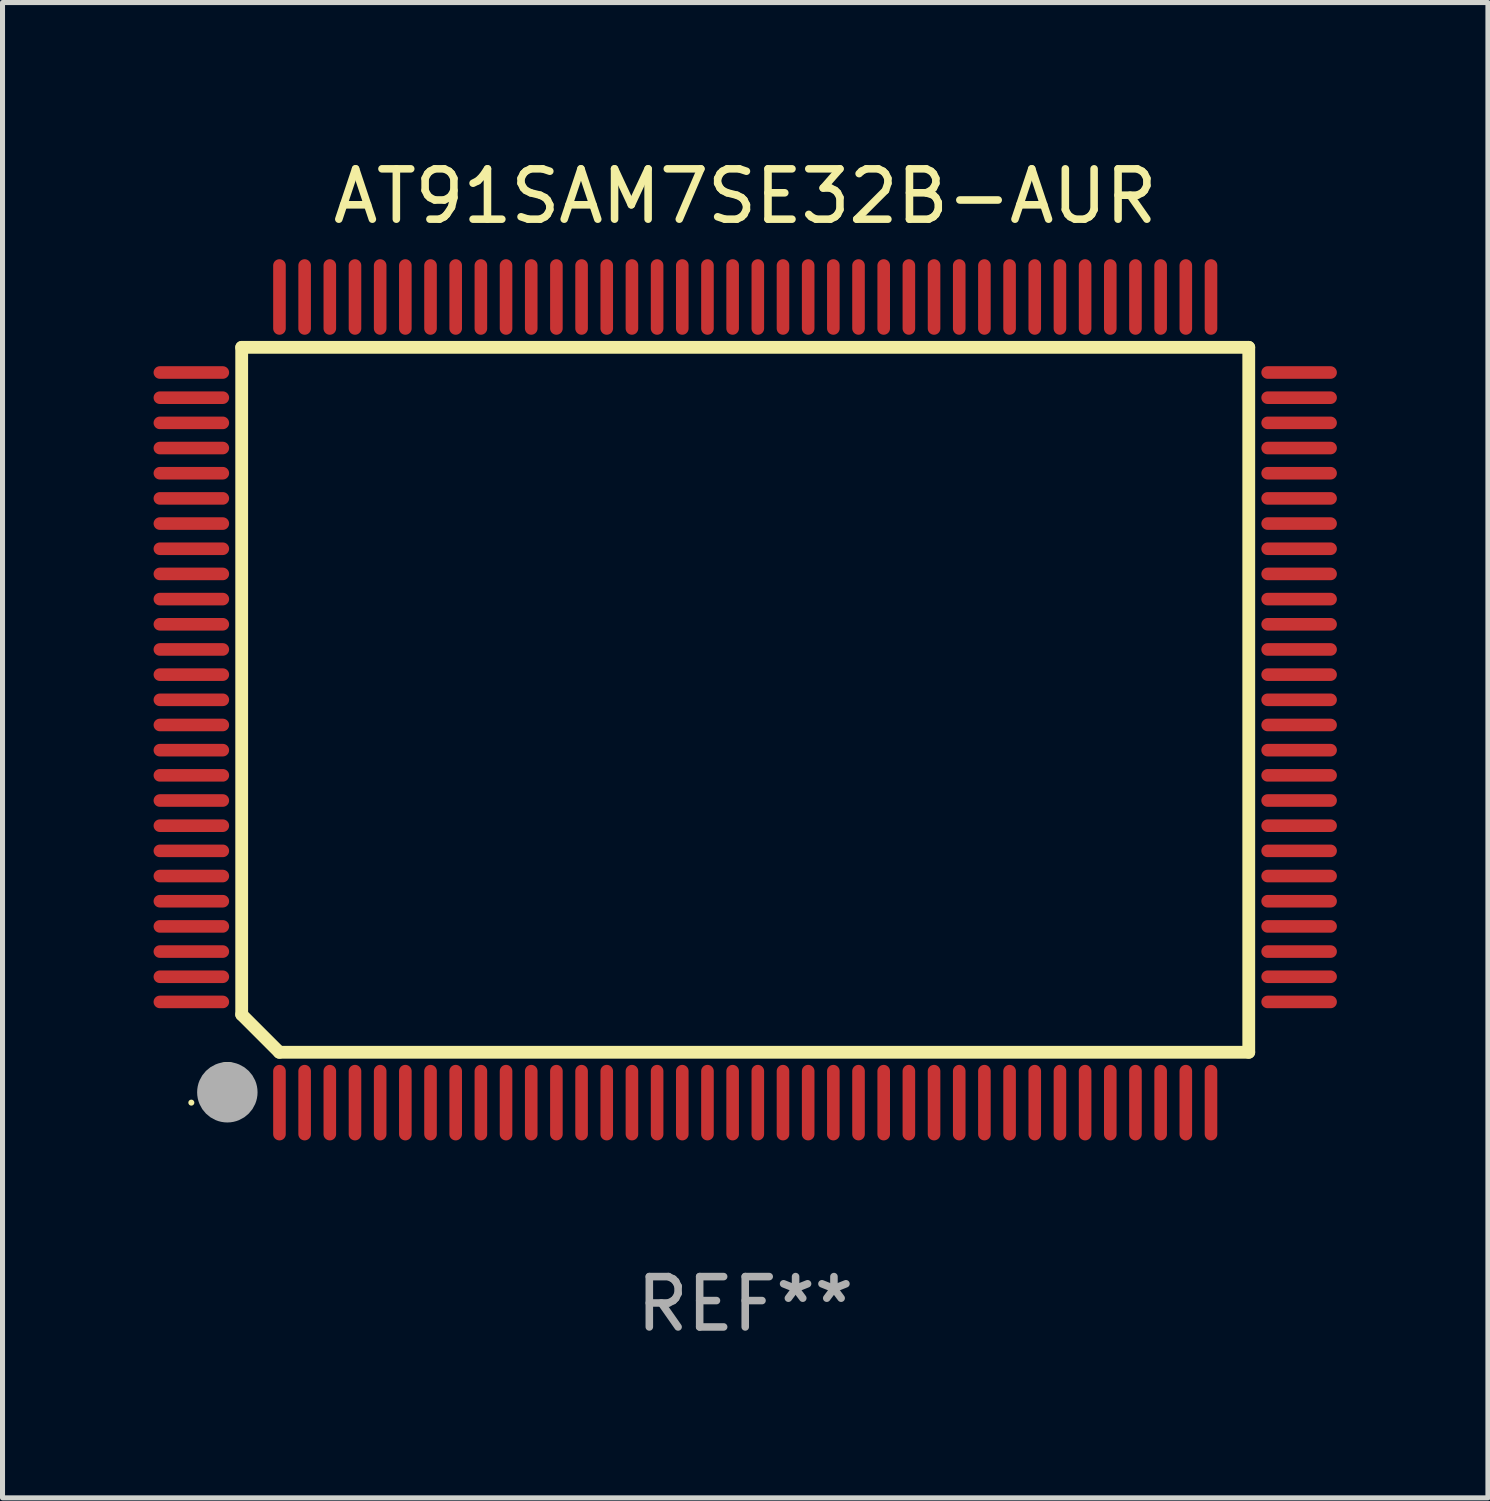
<source format=kicad_pcb>
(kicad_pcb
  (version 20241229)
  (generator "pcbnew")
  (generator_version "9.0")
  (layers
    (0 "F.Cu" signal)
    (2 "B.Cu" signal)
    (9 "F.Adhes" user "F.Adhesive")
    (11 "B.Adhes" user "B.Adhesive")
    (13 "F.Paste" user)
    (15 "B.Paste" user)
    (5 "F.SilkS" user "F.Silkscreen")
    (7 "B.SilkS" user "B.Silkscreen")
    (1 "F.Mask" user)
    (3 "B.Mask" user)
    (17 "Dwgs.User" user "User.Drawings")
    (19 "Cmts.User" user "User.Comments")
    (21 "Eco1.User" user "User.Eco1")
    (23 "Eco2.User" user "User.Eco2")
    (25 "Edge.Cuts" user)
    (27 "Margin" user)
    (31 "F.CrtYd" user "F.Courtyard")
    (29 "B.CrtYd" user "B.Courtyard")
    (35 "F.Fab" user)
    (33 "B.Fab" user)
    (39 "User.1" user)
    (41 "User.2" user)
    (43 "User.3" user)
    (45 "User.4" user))
  (footprint "AT91SAM7SE32B-AUR"
    (layer "F.Cu")
    (at 11.75 10.848)
    (property "Reference" "AT91SAM7SE32B-AUR" (at 0 -10 0) (layer "F.SilkS") (effects (font (size 1 1) (thickness 0.15))))
    (attr through_hole)
    (fp_line (start -10 -7) (end -10 6.25) (stroke (width 0.254) (type solid)) (layer "F.SilkS"))
    (fp_line (start -10 -7) (end 10 -7) (stroke (width 0.254) (type solid)) (layer "F.SilkS"))
    (fp_line (start -9.252 7) (end -10 6.252) (stroke (width 0.254) (type solid)) (layer "F.SilkS"))
    (fp_line (start 10 -7) (end 10 7) (stroke (width 0.254) (type solid)) (layer "F.SilkS"))
    (fp_line (start 10 7) (end -9.252 7) (stroke (width 0.254) (type solid)) (layer "F.SilkS"))
    (fp_arc (start -10.287021 7.493015) (mid -10.284481 7.493004) (end -10.281941 7.493015) (stroke (width 0.6) (type solid)) (layer "F.SilkS"))
    (fp_circle (center -11 8) (end -10.97 8) (stroke (width 0.06) (type solid)) (fill no) (layer "F.SilkS"))
    (fp_circle (center -10.285 7.794) (end -9.985 7.794) (stroke (width 0.6) (type solid)) (fill no) (layer "F.Fab"))
    (fp_text user "REF**" (at 0 12 0) (layer "F.Fab") (effects (font (size 1 1) (thickness 0.15))))
    (pad "1" smd oval (at -9.25 8) (size 0.25 1.5) (layers "F.Cu" "F.Mask" "F.Paste"))
    (pad "2" smd oval (at -8.75 8) (size 0.25 1.5) (layers "F.Cu" "F.Mask" "F.Paste"))
    (pad "3" smd oval (at -8.25 8) (size 0.25 1.5) (layers "F.Cu" "F.Mask" "F.Paste"))
    (pad "4" smd oval (at -7.75 8) (size 0.25 1.5) (layers "F.Cu" "F.Mask" "F.Paste"))
    (pad "5" smd oval (at -7.25 8) (size 0.25 1.5) (layers "F.Cu" "F.Mask" "F.Paste"))
    (pad "6" smd oval (at -6.75 8) (size 0.25 1.5) (layers "F.Cu" "F.Mask" "F.Paste"))
    (pad "7" smd oval (at -6.25 8) (size 0.25 1.5) (layers "F.Cu" "F.Mask" "F.Paste"))
    (pad "8" smd oval (at -5.75 8) (size 0.25 1.5) (layers "F.Cu" "F.Mask" "F.Paste"))
    (pad "9" smd oval (at -5.25 8) (size 0.25 1.5) (layers "F.Cu" "F.Mask" "F.Paste"))
    (pad "10" smd oval (at -4.75 8) (size 0.25 1.5) (layers "F.Cu" "F.Mask" "F.Paste"))
    (pad "11" smd oval (at -4.25 8) (size 0.25 1.5) (layers "F.Cu" "F.Mask" "F.Paste"))
    (pad "12" smd oval (at -3.75 8) (size 0.25 1.5) (layers "F.Cu" "F.Mask" "F.Paste"))
    (pad "13" smd oval (at -3.25 8) (size 0.25 1.5) (layers "F.Cu" "F.Mask" "F.Paste"))
    (pad "14" smd oval (at -2.75 8) (size 0.25 1.5) (layers "F.Cu" "F.Mask" "F.Paste"))
    (pad "15" smd oval (at -2.25 8) (size 0.25 1.5) (layers "F.Cu" "F.Mask" "F.Paste"))
    (pad "16" smd oval (at -1.75 8) (size 0.25 1.5) (layers "F.Cu" "F.Mask" "F.Paste"))
    (pad "17" smd oval (at -1.25 8) (size 0.25 1.5) (layers "F.Cu" "F.Mask" "F.Paste"))
    (pad "18" smd oval (at -0.75 8) (size 0.25 1.5) (layers "F.Cu" "F.Mask" "F.Paste"))
    (pad "19" smd oval (at -0.25 8) (size 0.25 1.5) (layers "F.Cu" "F.Mask" "F.Paste"))
    (pad "20" smd oval (at 0.25 8) (size 0.25 1.5) (layers "F.Cu" "F.Mask" "F.Paste"))
    (pad "21" smd oval (at 0.75 8) (size 0.25 1.5) (layers "F.Cu" "F.Mask" "F.Paste"))
    (pad "22" smd oval (at 1.25 8) (size 0.25 1.5) (layers "F.Cu" "F.Mask" "F.Paste"))
    (pad "23" smd oval (at 1.75 8) (size 0.25 1.5) (layers "F.Cu" "F.Mask" "F.Paste"))
    (pad "24" smd oval (at 2.25 8) (size 0.25 1.5) (layers "F.Cu" "F.Mask" "F.Paste"))
    (pad "25" smd oval (at 2.75 8) (size 0.25 1.5) (layers "F.Cu" "F.Mask" "F.Paste"))
    (pad "26" smd oval (at 3.25 8) (size 0.25 1.5) (layers "F.Cu" "F.Mask" "F.Paste"))
    (pad "27" smd oval (at 3.75 8) (size 0.25 1.5) (layers "F.Cu" "F.Mask" "F.Paste"))
    (pad "28" smd oval (at 4.25 8) (size 0.25 1.5) (layers "F.Cu" "F.Mask" "F.Paste"))
    (pad "29" smd oval (at 4.75 8) (size 0.25 1.5) (layers "F.Cu" "F.Mask" "F.Paste"))
    (pad "30" smd oval (at 5.25 8) (size 0.25 1.5) (layers "F.Cu" "F.Mask" "F.Paste"))
    (pad "31" smd oval (at 5.75 8) (size 0.25 1.5) (layers "F.Cu" "F.Mask" "F.Paste"))
    (pad "32" smd oval (at 6.25 8) (size 0.25 1.5) (layers "F.Cu" "F.Mask" "F.Paste"))
    (pad "33" smd oval (at 6.75 8 180) (size 0.25 1.5) (layers "F.Cu" "F.Mask" "F.Paste"))
    (pad "34" smd oval (at 7.25 8 180) (size 0.25 1.5) (layers "F.Cu" "F.Mask" "F.Paste"))
    (pad "35" smd oval (at 7.75 8 180) (size 0.25 1.5) (layers "F.Cu" "F.Mask" "F.Paste"))
    (pad "36" smd oval (at 8.25 8 180) (size 0.25 1.5) (layers "F.Cu" "F.Mask" "F.Paste"))
    (pad "37" smd oval (at 8.75 8 180) (size 0.25 1.5) (layers "F.Cu" "F.Mask" "F.Paste"))
    (pad "38" smd oval (at 9.25 8 180) (size 0.25 1.5) (layers "F.Cu" "F.Mask" "F.Paste"))
    (pad "39" smd oval (at 11 6 270) (size 0.25 1.5) (layers "F.Cu" "F.Mask" "F.Paste"))
    (pad "40" smd oval (at 11 5.5 270) (size 0.25 1.5) (layers "F.Cu" "F.Mask" "F.Paste"))
    (pad "41" smd oval (at 11 5 270) (size 0.25 1.5) (layers "F.Cu" "F.Mask" "F.Paste"))
    (pad "42" smd oval (at 11 4.5 270) (size 0.25 1.5) (layers "F.Cu" "F.Mask" "F.Paste"))
    (pad "43" smd oval (at 11 4 270) (size 0.25 1.5) (layers "F.Cu" "F.Mask" "F.Paste"))
    (pad "44" smd oval (at 11 3.5 270) (size 0.25 1.5) (layers "F.Cu" "F.Mask" "F.Paste"))
    (pad "45" smd oval (at 11 3 270) (size 0.25 1.5) (layers "F.Cu" "F.Mask" "F.Paste"))
    (pad "46" smd oval (at 11 2.5 270) (size 0.25 1.5) (layers "F.Cu" "F.Mask" "F.Paste"))
    (pad "47" smd oval (at 11 2 270) (size 0.25 1.5) (layers "F.Cu" "F.Mask" "F.Paste"))
    (pad "48" smd oval (at 11 1.5 270) (size 0.25 1.5) (layers "F.Cu" "F.Mask" "F.Paste"))
    (pad "49" smd oval (at 11 1 270) (size 0.25 1.5) (layers "F.Cu" "F.Mask" "F.Paste"))
    (pad "50" smd oval (at 11 0.5 270) (size 0.25 1.5) (layers "F.Cu" "F.Mask" "F.Paste"))
    (pad "51" smd oval (at 11 0 270) (size 0.25 1.5) (layers "F.Cu" "F.Mask" "F.Paste"))
    (pad "52" smd oval (at 11 -0.5 270) (size 0.25 1.5) (layers "F.Cu" "F.Mask" "F.Paste"))
    (pad "53" smd oval (at 11 -1 270) (size 0.25 1.5) (layers "F.Cu" "F.Mask" "F.Paste"))
    (pad "54" smd oval (at 11 -1.5 270) (size 0.25 1.5) (layers "F.Cu" "F.Mask" "F.Paste"))
    (pad "55" smd oval (at 11 -2 270) (size 0.25 1.5) (layers "F.Cu" "F.Mask" "F.Paste"))
    (pad "56" smd oval (at 11 -2.5 270) (size 0.25 1.5) (layers "F.Cu" "F.Mask" "F.Paste"))
    (pad "57" smd oval (at 11 -3 270) (size 0.25 1.5) (layers "F.Cu" "F.Mask" "F.Paste"))
    (pad "58" smd oval (at 11 -3.5 270) (size 0.25 1.5) (layers "F.Cu" "F.Mask" "F.Paste"))
    (pad "59" smd oval (at 11 -4 270) (size 0.25 1.5) (layers "F.Cu" "F.Mask" "F.Paste"))
    (pad "60" smd oval (at 11 -4.5 270) (size 0.25 1.5) (layers "F.Cu" "F.Mask" "F.Paste"))
    (pad "61" smd oval (at 11 -5 270) (size 0.25 1.5) (layers "F.Cu" "F.Mask" "F.Paste"))
    (pad "62" smd oval (at 11 -5.5 270) (size 0.25 1.5) (layers "F.Cu" "F.Mask" "F.Paste"))
    (pad "63" smd oval (at 11 -6 270) (size 0.25 1.5) (layers "F.Cu" "F.Mask" "F.Paste"))
    (pad "64" smd oval (at 11 -6.5 270) (size 0.25 1.5) (layers "F.Cu" "F.Mask" "F.Paste"))
    (pad "65" smd oval (at 9.25 -8 180) (size 0.25 1.5) (layers "F.Cu" "F.Mask" "F.Paste"))
    (pad "66" smd oval (at 8.75 -8 180) (size 0.25 1.5) (layers "F.Cu" "F.Mask" "F.Paste"))
    (pad "67" smd oval (at 8.25 -8 180) (size 0.25 1.5) (layers "F.Cu" "F.Mask" "F.Paste"))
    (pad "68" smd oval (at 7.75 -8 180) (size 0.25 1.5) (layers "F.Cu" "F.Mask" "F.Paste"))
    (pad "69" smd oval (at 7.25 -8 180) (size 0.25 1.5) (layers "F.Cu" "F.Mask" "F.Paste"))
    (pad "70" smd oval (at 6.75 -8 180) (size 0.25 1.5) (layers "F.Cu" "F.Mask" "F.Paste"))
    (pad "71" smd oval (at 6.25 -8 180) (size 0.25 1.5) (layers "F.Cu" "F.Mask" "F.Paste"))
    (pad "72" smd oval (at 5.75 -8 180) (size 0.25 1.5) (layers "F.Cu" "F.Mask" "F.Paste"))
    (pad "73" smd oval (at 5.25 -8 180) (size 0.25 1.5) (layers "F.Cu" "F.Mask" "F.Paste"))
    (pad "74" smd oval (at 4.75 -8 180) (size 0.25 1.5) (layers "F.Cu" "F.Mask" "F.Paste"))
    (pad "75" smd oval (at 4.25 -8 180) (size 0.25 1.5) (layers "F.Cu" "F.Mask" "F.Paste"))
    (pad "76" smd oval (at 3.75 -8 180) (size 0.25 1.5) (layers "F.Cu" "F.Mask" "F.Paste"))
    (pad "77" smd oval (at 3.25 -8 180) (size 0.25 1.5) (layers "F.Cu" "F.Mask" "F.Paste"))
    (pad "78" smd oval (at 2.75 -8 180) (size 0.25 1.5) (layers "F.Cu" "F.Mask" "F.Paste"))
    (pad "79" smd oval (at 2.25 -8 180) (size 0.25 1.5) (layers "F.Cu" "F.Mask" "F.Paste"))
    (pad "80" smd oval (at 1.75 -8 180) (size 0.25 1.5) (layers "F.Cu" "F.Mask" "F.Paste"))
    (pad "81" smd oval (at 1.25 -8 180) (size 0.25 1.5) (layers "F.Cu" "F.Mask" "F.Paste"))
    (pad "82" smd oval (at 0.75 -8 180) (size 0.25 1.5) (layers "F.Cu" "F.Mask" "F.Paste"))
    (pad "83" smd oval (at 0.25 -8 180) (size 0.25 1.5) (layers "F.Cu" "F.Mask" "F.Paste"))
    (pad "84" smd oval (at -0.25 -8 180) (size 0.25 1.5) (layers "F.Cu" "F.Mask" "F.Paste"))
    (pad "85" smd oval (at -0.75 -8 180) (size 0.25 1.5) (layers "F.Cu" "F.Mask" "F.Paste"))
    (pad "86" smd oval (at -1.25 -8 180) (size 0.25 1.5) (layers "F.Cu" "F.Mask" "F.Paste"))
    (pad "87" smd oval (at -1.75 -8 180) (size 0.25 1.5) (layers "F.Cu" "F.Mask" "F.Paste"))
    (pad "88" smd oval (at -2.25 -8 180) (size 0.25 1.5) (layers "F.Cu" "F.Mask" "F.Paste"))
    (pad "89" smd oval (at -2.75 -8 180) (size 0.25 1.5) (layers "F.Cu" "F.Mask" "F.Paste"))
    (pad "90" smd oval (at -3.25 -8 180) (size 0.25 1.5) (layers "F.Cu" "F.Mask" "F.Paste"))
    (pad "91" smd oval (at -3.75 -8 180) (size 0.25 1.5) (layers "F.Cu" "F.Mask" "F.Paste"))
    (pad "92" smd oval (at -4.25 -8 180) (size 0.25 1.5) (layers "F.Cu" "F.Mask" "F.Paste"))
    (pad "93" smd oval (at -4.75 -8 180) (size 0.25 1.5) (layers "F.Cu" "F.Mask" "F.Paste"))
    (pad "94" smd oval (at -5.25 -8 180) (size 0.25 1.5) (layers "F.Cu" "F.Mask" "F.Paste"))
    (pad "95" smd oval (at -5.75 -8 180) (size 0.25 1.5) (layers "F.Cu" "F.Mask" "F.Paste"))
    (pad "96" smd oval (at -6.25 -8 180) (size 0.25 1.5) (layers "F.Cu" "F.Mask" "F.Paste"))
    (pad "97" smd oval (at -6.75 -8 180) (size 0.25 1.5) (layers "F.Cu" "F.Mask" "F.Paste"))
    (pad "98" smd oval (at -7.25 -8 180) (size 0.25 1.5) (layers "F.Cu" "F.Mask" "F.Paste"))
    (pad "99" smd oval (at -7.75 -8 180) (size 0.25 1.5) (layers "F.Cu" "F.Mask" "F.Paste"))
    (pad "100" smd oval (at -8.25 -8 180) (size 0.25 1.5) (layers "F.Cu" "F.Mask" "F.Paste"))
    (pad "101" smd oval (at -8.75 -8 180) (size 0.25 1.5) (layers "F.Cu" "F.Mask" "F.Paste"))
    (pad "102" smd oval (at -9.25 -8) (size 0.25 1.5) (layers "F.Cu" "F.Mask" "F.Paste"))
    (pad "103" smd oval (at -11 -6.5 270) (size 0.25 1.5) (layers "F.Cu" "F.Mask" "F.Paste"))
    (pad "104" smd oval (at -11 -6 270) (size 0.25 1.5) (layers "F.Cu" "F.Mask" "F.Paste"))
    (pad "105" smd oval (at -11 -5.5 270) (size 0.25 1.5) (layers "F.Cu" "F.Mask" "F.Paste"))
    (pad "106" smd oval (at -11 -5 270) (size 0.25 1.5) (layers "F.Cu" "F.Mask" "F.Paste"))
    (pad "107" smd oval (at -11 -4.5 270) (size 0.25 1.5) (layers "F.Cu" "F.Mask" "F.Paste"))
    (pad "108" smd oval (at -11 -4 270) (size 0.25 1.5) (layers "F.Cu" "F.Mask" "F.Paste"))
    (pad "109" smd oval (at -11 -3.5 270) (size 0.25 1.5) (layers "F.Cu" "F.Mask" "F.Paste"))
    (pad "110" smd oval (at -11 -3 270) (size 0.25 1.5) (layers "F.Cu" "F.Mask" "F.Paste"))
    (pad "111" smd oval (at -11 -2.5 270) (size 0.25 1.5) (layers "F.Cu" "F.Mask" "F.Paste"))
    (pad "112" smd oval (at -11 -2 270) (size 0.25 1.5) (layers "F.Cu" "F.Mask" "F.Paste"))
    (pad "113" smd oval (at -11 -1.5 270) (size 0.25 1.5) (layers "F.Cu" "F.Mask" "F.Paste"))
    (pad "114" smd oval (at -11 -1 270) (size 0.25 1.5) (layers "F.Cu" "F.Mask" "F.Paste"))
    (pad "115" smd oval (at -11 -0.5 270) (size 0.25 1.5) (layers "F.Cu" "F.Mask" "F.Paste"))
    (pad "116" smd oval (at -11 0 270) (size 0.25 1.5) (layers "F.Cu" "F.Mask" "F.Paste"))
    (pad "117" smd oval (at -11 0.5 270) (size 0.25 1.5) (layers "F.Cu" "F.Mask" "F.Paste"))
    (pad "118" smd oval (at -11 1 270) (size 0.25 1.5) (layers "F.Cu" "F.Mask" "F.Paste"))
    (pad "119" smd oval (at -11 1.5 270) (size 0.25 1.5) (layers "F.Cu" "F.Mask" "F.Paste"))
    (pad "120" smd oval (at -11 2 270) (size 0.25 1.5) (layers "F.Cu" "F.Mask" "F.Paste"))
    (pad "121" smd oval (at -11 2.5 270) (size 0.25 1.5) (layers "F.Cu" "F.Mask" "F.Paste"))
    (pad "122" smd oval (at -11 3 270) (size 0.25 1.5) (layers "F.Cu" "F.Mask" "F.Paste"))
    (pad "123" smd oval (at -11 3.5 270) (size 0.25 1.5) (layers "F.Cu" "F.Mask" "F.Paste"))
    (pad "124" smd oval (at -11 4 270) (size 0.25 1.5) (layers "F.Cu" "F.Mask" "F.Paste"))
    (pad "125" smd oval (at -11 4.5 270) (size 0.25 1.5) (layers "F.Cu" "F.Mask" "F.Paste"))
    (pad "126" smd oval (at -11 5 270) (size 0.25 1.5) (layers "F.Cu" "F.Mask" "F.Paste"))
    (pad "127" smd oval (at -11 5.5 270) (size 0.25 1.5) (layers "F.Cu" "F.Mask" "F.Paste"))
    (pad "128" smd oval (at -11 6 270) (size 0.25 1.5) (layers "F.Cu" "F.Mask" "F.Paste")))
  (gr_rect
    (start -3 -3)
    (end 26.5 26.697)
    (stroke (width 0.1) (type default))
    (fill no)
    (layer "Edge.Cuts")))
</source>
